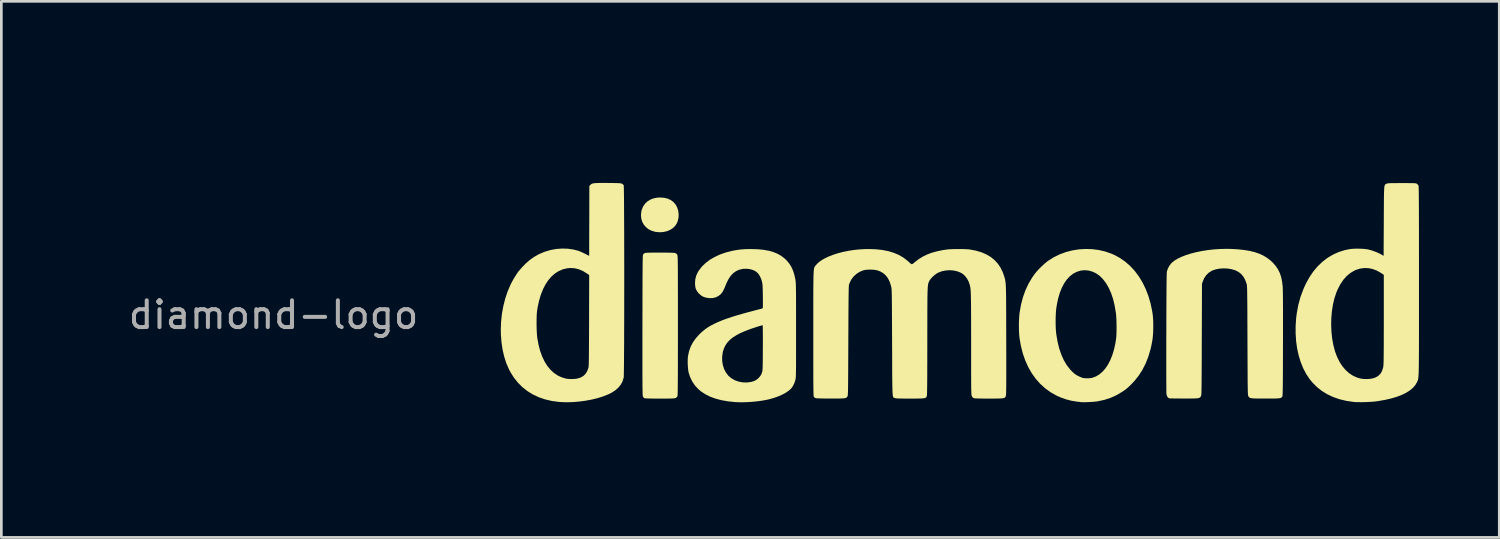
<source format=kicad_pcb>
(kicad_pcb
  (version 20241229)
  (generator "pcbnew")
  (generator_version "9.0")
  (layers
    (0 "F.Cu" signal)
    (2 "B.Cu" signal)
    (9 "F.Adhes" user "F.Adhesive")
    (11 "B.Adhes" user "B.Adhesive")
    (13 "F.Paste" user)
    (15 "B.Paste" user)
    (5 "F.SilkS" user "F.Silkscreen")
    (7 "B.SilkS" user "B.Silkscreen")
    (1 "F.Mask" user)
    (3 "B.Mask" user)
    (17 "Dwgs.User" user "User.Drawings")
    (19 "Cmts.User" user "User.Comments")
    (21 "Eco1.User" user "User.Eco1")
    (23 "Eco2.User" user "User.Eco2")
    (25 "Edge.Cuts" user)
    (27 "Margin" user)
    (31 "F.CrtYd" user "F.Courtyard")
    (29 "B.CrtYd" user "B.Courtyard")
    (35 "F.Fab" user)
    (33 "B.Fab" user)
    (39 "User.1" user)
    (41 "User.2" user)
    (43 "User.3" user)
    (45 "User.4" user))
  (footprint "diamond-logo"
    (layer "F.Cu")
    (at 7.172 9.218)
    (property "Reference" "diamond-logo" (at 0 -0.5 0) (unlocked yes) (layer "F.Fab") (effects (font (size 1 1) (thickness 0.15))))
    (fp_poly (pts (xy -1.132 3.496) (xy -1.114 3.502) (xy -1.048 3.54) (xy -0.987 3.598) (xy -0.936 3.67) (xy -0.906 3.739) (xy -0.9 3.766) (xy -0.89 3.817) (xy -0.878 3.888) (xy -0.863 3.974) (xy -0.847 4.071) (xy -0.831 4.176) (xy -0.814 4.284) (xy -0.797 4.392) (xy -0.782 4.495) (xy -0.768 4.589) (xy -0.757 4.67) (xy -0.748 4.735) (xy -0.744 4.778) (xy -0.743 4.793) (xy -0.756 4.804) (xy -0.795 4.809) (xy -0.858 4.808) (xy -0.943 4.8) (xy -0.988 4.795) (xy -1.23 4.76) (xy -1.482 4.714) (xy -1.733 4.661) (xy -1.974 4.602) (xy -2.125 4.56) (xy -2.21 4.535) (xy -2.295 4.508) (xy -2.377 4.481) (xy -2.45 4.456) (xy -2.511 4.434) (xy -2.556 4.416) (xy -2.58 4.404) (xy -2.583 4.401) (xy -2.572 4.39) (xy -2.541 4.365) (xy -2.493 4.327) (xy -2.429 4.278) (xy -2.353 4.221) (xy -2.267 4.156) (xy -2.174 4.087) (xy -2.076 4.014) (xy -1.976 3.94) (xy -1.876 3.866) (xy -1.78 3.796) (xy -1.688 3.729) (xy -1.605 3.669) (xy -1.533 3.617) (xy -1.473 3.575) (xy -1.43 3.545) (xy -1.404 3.529) (xy -1.402 3.528) (xy -1.31 3.495) (xy -1.218 3.484)) (stroke (width 0) (type solid)) (fill yes) (layer "F.Mask"))
    (fp_poly (pts (xy 0.977 3.485) (xy 1.049 3.495) (xy 1.112 3.514) (xy 1.128 3.522) (xy 1.154 3.537) (xy 1.198 3.567) (xy 1.257 3.609) (xy 1.329 3.661) (xy 1.412 3.722) (xy 1.502 3.788) (xy 1.598 3.86) (xy 1.697 3.933) (xy 1.796 4.008) (xy 1.892 4.082) (xy 1.984 4.152) (xy 2.069 4.217) (xy 2.145 4.276) (xy 2.208 4.326) (xy 2.256 4.365) (xy 2.288 4.392) (xy 2.299 4.404) (xy 2.299 4.405) (xy 2.28 4.414) (xy 2.239 4.43) (xy 2.181 4.451) (xy 2.11 4.476) (xy 2.032 4.502) (xy 1.95 4.528) (xy 1.87 4.553) (xy 1.796 4.575) (xy 1.755 4.586) (xy 1.616 4.622) (xy 1.46 4.659) (xy 1.297 4.694) (xy 1.14 4.726) (xy 0.997 4.751) (xy 0.979 4.754) (xy 0.893 4.767) (xy 0.805 4.78) (xy 0.718 4.791) (xy 0.638 4.801) (xy 0.569 4.809) (xy 0.515 4.815) (xy 0.48 4.817) (xy 0.47 4.816) (xy 0.47 4.801) (xy 0.474 4.764) (xy 0.481 4.71) (xy 0.49 4.645) (xy 0.491 4.64) (xy 0.503 4.553) (xy 0.517 4.457) (xy 0.53 4.366) (xy 0.537 4.314) (xy 0.557 4.167) (xy 0.575 4.045) (xy 0.591 3.945) (xy 0.605 3.863) (xy 0.618 3.798) (xy 0.632 3.746) (xy 0.646 3.703) (xy 0.662 3.668) (xy 0.68 3.638) (xy 0.701 3.608) (xy 0.705 3.603) (xy 0.738 3.569) (xy 0.784 3.534) (xy 0.812 3.517) (xy 0.856 3.496) (xy 0.893 3.485) (xy 0.936 3.483)) (stroke (width 0) (type solid)) (fill yes) (layer "F.Mask"))
    (fp_poly (pts (xy -6.079 1.502) (xy -6.059 1.504) (xy -6.012 1.51) (xy -5.941 1.519) (xy -5.848 1.531) (xy -5.734 1.545) (xy -5.602 1.562) (xy -5.452 1.581) (xy -5.287 1.601) (xy -5.109 1.623) (xy -4.919 1.647) (xy -4.72 1.672) (xy -4.512 1.698) (xy -4.402 1.712) (xy -4.16 1.742) (xy -3.932 1.771) (xy -3.719 1.798) (xy -3.523 1.823) (xy -3.344 1.847) (xy -3.185 1.868) (xy -3.046 1.887) (xy -2.928 1.903) (xy -2.834 1.917) (xy -2.764 1.927) (xy -2.719 1.935) (xy -2.703 1.939) (xy -2.629 1.973) (xy -2.56 2.025) (xy -2.504 2.086) (xy -2.47 2.146) (xy -2.454 2.222) (xy -2.456 2.308) (xy -2.475 2.393) (xy -2.492 2.433) (xy -2.514 2.473) (xy -2.543 2.52) (xy -2.573 2.566) (xy -2.6 2.605) (xy -2.618 2.627) (xy -2.619 2.628) (xy -2.63 2.641) (xy -2.654 2.673) (xy -2.69 2.72) (xy -2.734 2.778) (xy -2.783 2.845) (xy -2.783 2.845) (xy -2.833 2.912) (xy -2.878 2.972) (xy -2.914 3.02) (xy -2.939 3.054) (xy -2.951 3.069) (xy -2.962 3.084) (xy -2.988 3.118) (xy -3.025 3.167) (xy -3.069 3.227) (xy -3.119 3.293) (xy -3.169 3.36) (xy -3.213 3.42) (xy -3.25 3.468) (xy -3.275 3.502) (xy -3.287 3.517) (xy -3.298 3.532) (xy -3.324 3.566) (xy -3.361 3.614) (xy -3.405 3.673) (xy -3.448 3.73) (xy -3.497 3.794) (xy -3.54 3.85) (xy -3.575 3.893) (xy -3.599 3.921) (xy -3.608 3.929) (xy -3.626 3.923) (xy -3.657 3.906) (xy -3.668 3.899) (xy -3.78 3.83) (xy -3.873 3.772) (xy -3.954 3.721) (xy -4.026 3.674) (xy -4.096 3.626) (xy -4.17 3.575) (xy -4.22 3.539) (xy -4.381 3.421) (xy -4.549 3.29) (xy -4.711 3.157) (xy -4.787 3.091) (xy -4.833 3.05) (xy -4.873 3.016) (xy -4.9 2.992) (xy -4.908 2.985) (xy -4.993 2.907) (xy -5.092 2.81) (xy -5.2 2.697) (xy -5.316 2.572) (xy -5.435 2.439) (xy -5.555 2.301) (xy -5.639 2.201) (xy -5.69 2.138) (xy -5.753 2.054) (xy -5.826 1.953) (xy -5.907 1.84) (xy -5.918 1.823) (xy -5.962 1.76) (xy -6.001 1.705) (xy -6.032 1.661) (xy -6.051 1.634) (xy -6.056 1.627) (xy -6.069 1.607) (xy -6.09 1.573) (xy -6.1 1.554) (xy -6.133 1.494)) (stroke (width 0) (type solid)) (fill yes) (layer "F.Mask"))
    (fp_poly (pts (xy 5.846 1.501) (xy 5.84 1.513) (xy 5.821 1.545) (xy 5.79 1.592) (xy 5.752 1.651) (xy 5.707 1.717) (xy 5.66 1.787) (xy 5.612 1.857) (xy 5.566 1.923) (xy 5.524 1.981) (xy 5.489 2.028) (xy 5.48 2.04) (xy 5.364 2.186) (xy 5.236 2.338) (xy 5.101 2.493) (xy 4.961 2.645) (xy 4.822 2.79) (xy 4.688 2.924) (xy 4.562 3.041) (xy 4.498 3.098) (xy 4.414 3.169) (xy 4.323 3.244) (xy 4.23 3.319) (xy 4.142 3.389) (xy 4.064 3.448) (xy 4.008 3.489) (xy 3.957 3.525) (xy 3.91 3.56) (xy 3.874 3.585) (xy 3.868 3.589) (xy 3.843 3.607) (xy 3.798 3.636) (xy 3.74 3.674) (xy 3.673 3.717) (xy 3.602 3.762) (xy 3.532 3.807) (xy 3.469 3.847) (xy 3.416 3.88) (xy 3.384 3.899) (xy 3.334 3.929) (xy 3.307 3.898) (xy 3.281 3.867) (xy 3.251 3.827) (xy 3.239 3.811) (xy 3.214 3.777) (xy 3.195 3.753) (xy 3.19 3.748) (xy 3.178 3.733) (xy 3.156 3.704) (xy 3.136 3.678) (xy 3.074 3.593) (xy 3.014 3.512) (xy 2.959 3.439) (xy 2.913 3.378) (xy 2.879 3.331) (xy 2.86 3.307) (xy 2.815 3.248) (xy 2.774 3.194) (xy 2.731 3.137) (xy 2.682 3.07) (xy 2.644 3.019) (xy 2.603 2.963) (xy 2.567 2.915) (xy 2.54 2.879) (xy 2.525 2.861) (xy 2.525 2.86) (xy 2.504 2.835) (xy 2.471 2.792) (xy 2.43 2.737) (xy 2.384 2.675) (xy 2.339 2.612) (xy 2.298 2.553) (xy 2.265 2.505) (xy 2.25 2.482) (xy 2.218 2.426) (xy 2.2 2.379) (xy 2.19 2.327) (xy 2.187 2.296) (xy 2.185 2.211) (xy 2.198 2.145) (xy 2.228 2.088) (xy 2.268 2.041) (xy 2.347 1.98) (xy 2.44 1.937) (xy 2.518 1.916) (xy 2.542 1.912) (xy 2.592 1.905) (xy 2.666 1.895) (xy 2.762 1.882) (xy 2.878 1.867) (xy 3.013 1.85) (xy 3.164 1.831) (xy 3.329 1.81) (xy 3.507 1.787) (xy 3.695 1.764) (xy 3.893 1.739) (xy 4.097 1.714) (xy 4.113 1.712) (xy 4.319 1.686) (xy 4.518 1.662) (xy 4.709 1.638) (xy 4.889 1.616) (xy 5.058 1.595) (xy 5.212 1.575) (xy 5.351 1.558) (xy 5.472 1.543) (xy 5.572 1.531) (xy 5.651 1.521) (xy 5.706 1.514) (xy 5.736 1.51) (xy 5.737 1.51) (xy 5.787 1.504) (xy 5.826 1.501) (xy 5.845 1.5)) (stroke (width 0) (type solid)) (fill yes) (layer "F.Mask"))
    (fp_poly (pts (xy -0.014 -9.218) (xy 0.12 -9.217) (xy 0.246 -9.214) (xy 0.358 -9.211) (xy 0.451 -9.206) (xy 0.523 -9.201) (xy 0.531 -9.2) (xy 0.898 -9.152) (xy 1.251 -9.09) (xy 1.587 -9.015) (xy 1.904 -8.928) (xy 2.175 -8.838) (xy 2.47 -8.726) (xy 2.744 -8.61) (xy 3.003 -8.489) (xy 3.252 -8.358) (xy 3.5 -8.214) (xy 3.752 -8.053) (xy 3.945 -7.922) (xy 4.088 -7.818) (xy 4.242 -7.696) (xy 4.403 -7.562) (xy 4.564 -7.42) (xy 4.722 -7.274) (xy 4.872 -7.128) (xy 5.008 -6.988) (xy 5.125 -6.858) (xy 5.129 -6.854) (xy 5.171 -6.804) (xy 5.212 -6.756) (xy 5.245 -6.719) (xy 5.252 -6.711) (xy 5.276 -6.682) (xy 5.313 -6.637) (xy 5.356 -6.582) (xy 5.402 -6.523) (xy 5.404 -6.521) (xy 5.448 -6.464) (xy 5.488 -6.413) (xy 5.519 -6.374) (xy 5.538 -6.35) (xy 5.539 -6.349) (xy 5.557 -6.324) (xy 5.585 -6.284) (xy 5.619 -6.234) (xy 5.631 -6.216) (xy 5.663 -6.169) (xy 5.689 -6.131) (xy 5.706 -6.108) (xy 5.709 -6.104) (xy 5.722 -6.087) (xy 5.747 -6.05) (xy 5.781 -5.997) (xy 5.821 -5.931) (xy 5.866 -5.858) (xy 5.912 -5.781) (xy 5.957 -5.704) (xy 5.964 -5.692) (xy 6.027 -5.58) (xy 6.091 -5.462) (xy 6.152 -5.344) (xy 6.207 -5.233) (xy 6.253 -5.135) (xy 6.275 -5.083) (xy 6.299 -5.027) (xy 6.323 -4.972) (xy 6.339 -4.936) (xy 6.418 -4.746) (xy 6.496 -4.535) (xy 6.57 -4.309) (xy 6.639 -4.076) (xy 6.701 -3.841) (xy 6.743 -3.655) (xy 6.818 -3.237) (xy 6.868 -2.81) (xy 6.892 -2.378) (xy 6.89 -1.943) (xy 6.862 -1.509) (xy 6.809 -1.08) (xy 6.796 -1.008) (xy 6.781 -0.921) (xy 6.762 -0.826) (xy 6.743 -0.728) (xy 6.723 -0.635) (xy 6.705 -0.553) (xy 6.69 -0.487) (xy 6.682 -0.458) (xy 6.648 -0.34) (xy 6.62 -0.242) (xy 6.595 -0.157) (xy 6.57 -0.079) (xy 6.544 0.001) (xy 6.515 0.089) (xy 6.512 0.095) (xy 6.477 0.197) (xy 6.438 0.302) (xy 6.397 0.407) (xy 6.356 0.509) (xy 6.316 0.606) (xy 6.279 0.692) (xy 6.245 0.766) (xy 6.216 0.824) (xy 6.194 0.863) (xy 6.18 0.879) (xy 6.179 0.879) (xy 6.162 0.877) (xy 6.121 0.873) (xy 6.057 0.865) (xy 5.974 0.855) (xy 5.875 0.843) (xy 5.763 0.829) (xy 5.64 0.814) (xy 5.541 0.802) (xy 5.197 0.759) (xy 4.88 0.719) (xy 4.588 0.683) (xy 4.321 0.65) (xy 4.077 0.619) (xy 3.856 0.592) (xy 3.656 0.567) (xy 3.476 0.544) (xy 3.314 0.524) (xy 3.171 0.506) (xy 3.044 0.49) (xy 2.933 0.475) (xy 2.837 0.463) (xy 2.754 0.452) (xy 2.683 0.442) (xy 2.624 0.434) (xy 2.575 0.427) (xy 2.534 0.42) (xy 2.502 0.415) (xy 2.477 0.41) (xy 2.457 0.406) (xy 2.442 0.402) (xy 2.431 0.399) (xy 2.422 0.395) (xy 2.414 0.392) (xy 2.407 0.388) (xy 2.398 0.384) (xy 2.394 0.382) (xy 2.313 0.334) (xy 2.247 0.273) (xy 2.203 0.204) (xy 2.195 0.183) (xy 2.185 0.125) (xy 2.185 0.054) (xy 2.195 -0.019) (xy 2.212 -0.082) (xy 2.218 -0.094) (xy 2.236 -0.126) (xy 2.268 -0.175) (xy 2.308 -0.233) (xy 2.353 -0.294) (xy 2.357 -0.299) (xy 2.401 -0.358) (xy 2.442 -0.413) (xy 2.475 -0.457) (xy 2.495 -0.485) (xy 2.497 -0.487) (xy 2.515 -0.511) (xy 2.546 -0.552) (xy 2.587 -0.607) (xy 2.634 -0.669) (xy 2.665 -0.711) (xy 2.714 -0.776) (xy 2.759 -0.836) (xy 2.797 -0.886) (xy 2.823 -0.922) (xy 2.833 -0.935) (xy 2.851 -0.959) (xy 2.882 -1) (xy 2.923 -1.055) (xy 2.97 -1.117) (xy 3.001 -1.158) (xy 3.05 -1.224) (xy 3.095 -1.284) (xy 3.133 -1.334) (xy 3.159 -1.37) (xy 3.169 -1.382) (xy 3.187 -1.406) (xy 3.218 -1.448) (xy 3.259 -1.502) (xy 3.306 -1.565) (xy 3.337 -1.606) (xy 3.386 -1.672) (xy 3.431 -1.732) (xy 3.469 -1.782) (xy 3.495 -1.817) (xy 3.505 -1.83) (xy 3.522 -1.854) (xy 3.554 -1.896) (xy 3.594 -1.95) (xy 3.641 -2.013) (xy 3.673 -2.054) (xy 3.722 -2.119) (xy 3.767 -2.179) (xy 3.804 -2.23) (xy 3.831 -2.265) (xy 3.84 -2.278) (xy 3.858 -2.302) (xy 3.889 -2.344) (xy 3.93 -2.398) (xy 3.977 -2.461) (xy 4.008 -2.502) (xy 4.058 -2.567) (xy 4.103 -2.627) (xy 4.14 -2.678) (xy 4.167 -2.713) (xy 4.176 -2.726) (xy 4.194 -2.75) (xy 4.225 -2.791) (xy 4.266 -2.846) (xy 4.313 -2.908) (xy 4.344 -2.95) (xy 4.393 -3.015) (xy 4.439 -3.075) (xy 4.476 -3.125) (xy 4.503 -3.161) (xy 4.512 -3.174) (xy 4.532 -3.2) (xy 4.564 -3.243) (xy 4.603 -3.296) (xy 4.648 -3.355) (xy 4.695 -3.417) (xy 4.74 -3.477) (xy 4.78 -3.53) (xy 4.812 -3.573) (xy 4.832 -3.6) (xy 4.837 -3.606) (xy 4.861 -3.637) (xy 4.896 -3.684) (xy 4.937 -3.741) (xy 4.981 -3.802) (xy 5.023 -3.86) (xy 5.058 -3.909) (xy 5.082 -3.944) (xy 5.084 -3.947) (xy 5.109 -3.994) (xy 5.127 -4.041) (xy 5.131 -4.058) (xy 5.139 -4.108) (xy 5.088 -4.099) (xy 5.05 -4.086) (xy 4.996 -4.058) (xy 4.932 -4.017) (xy 4.907 -4) (xy 4.882 -3.982) (xy 4.835 -3.947) (xy 4.769 -3.898) (xy 4.684 -3.835) (xy 4.582 -3.759) (xy 4.464 -3.671) (xy 4.331 -3.572) (xy 4.185 -3.463) (xy 4.027 -3.345) (xy 3.859 -3.219) (xy 3.681 -3.086) (xy 3.495 -2.947) (xy 3.303 -2.802) (xy 3.104 -2.654) (xy 2.988 -2.566) (xy 2.788 -2.417) (xy 2.594 -2.271) (xy 2.407 -2.131) (xy 2.228 -1.997) (xy 2.058 -1.87) (xy 1.898 -1.751) (xy 1.75 -1.641) (xy 1.614 -1.541) (xy 1.493 -1.451) (xy 1.387 -1.373) (xy 1.298 -1.308) (xy 1.227 -1.256) (xy 1.175 -1.219) (xy 1.143 -1.196) (xy 1.134 -1.191) (xy 1.068 -1.167) (xy 0.993 -1.154) (xy 0.918 -1.152) (xy 0.853 -1.162) (xy 0.838 -1.168) (xy 0.758 -1.216) (xy 0.692 -1.288) (xy 0.641 -1.379) (xy 0.617 -1.452) (xy 0.611 -1.484) (xy 0.603 -1.539) (xy 0.594 -1.609) (xy 0.585 -1.689) (xy 0.58 -1.745) (xy 0.571 -1.84) (xy 0.56 -1.952) (xy 0.549 -2.072) (xy 0.537 -2.189) (xy 0.529 -2.27) (xy 0.519 -2.375) (xy 0.508 -2.488) (xy 0.497 -2.599) (xy 0.488 -2.699) (xy 0.481 -2.767) (xy 0.474 -2.842) (xy 0.464 -2.938) (xy 0.454 -3.048) (xy 0.443 -3.164) (xy 0.432 -3.28) (xy 0.426 -3.341) (xy 0.415 -3.457) (xy 0.402 -3.592) (xy 0.388 -3.738) (xy 0.373 -3.887) (xy 0.359 -4.029) (xy 0.349 -4.131) (xy 0.338 -4.246) (xy 0.327 -4.36) (xy 0.317 -4.467) (xy 0.308 -4.562) (xy 0.3 -4.641) (xy 0.295 -4.697) (xy 0.294 -4.705) (xy 0.288 -4.771) (xy 0.279 -4.862) (xy 0.268 -4.973) (xy 0.256 -5.103) (xy 0.242 -5.246) (xy 0.227 -5.4) (xy 0.211 -5.562) (xy 0.195 -5.728) (xy 0.179 -5.894) (xy 0.163 -6.058) (xy 0.148 -6.215) (xy 0.133 -6.363) (xy 0.12 -6.498) (xy 0.118 -6.524) (xy 0.105 -6.651) (xy 0.093 -6.779) (xy 0.08 -6.903) (xy 0.069 -7.019) (xy 0.059 -7.12) (xy 0.051 -7.201) (xy 0.048 -7.238) (xy 0.028 -7.439) (xy 0.011 -7.613) (xy -0.004 -7.764) (xy -0.017 -7.892) (xy -0.028 -8) (xy -0.039 -8.09) (xy -0.048 -8.163) (xy -0.056 -8.221) (xy -0.064 -8.267) (xy -0.072 -8.302) (xy -0.079 -8.329) (xy -0.087 -8.348) (xy -0.096 -8.362) (xy -0.106 -8.373) (xy -0.116 -8.383) (xy -0.12 -8.386) (xy -0.141 -8.398) (xy -0.157 -8.388) (xy -0.164 -8.379) (xy -0.172 -8.367) (xy -0.179 -8.356) (xy -0.186 -8.343) (xy -0.192 -8.327) (xy -0.199 -8.306) (xy -0.205 -8.278) (xy -0.212 -8.243) (xy -0.219 -8.199) (xy -0.226 -8.143) (xy -0.235 -8.075) (xy -0.244 -7.994) (xy -0.254 -7.897) (xy -0.266 -7.783) (xy -0.28 -7.65) (xy -0.295 -7.498) (xy -0.312 -7.323) (xy -0.331 -7.126) (xy -0.352 -6.904) (xy -0.376 -6.656) (xy -0.379 -6.622) (xy -0.396 -6.448) (xy -0.413 -6.272) (xy -0.429 -6.101) (xy -0.445 -5.935) (xy -0.461 -5.78) (xy -0.474 -5.639) (xy -0.486 -5.515) (xy -0.497 -5.411) (xy -0.504 -5.332) (xy -0.505 -5.328) (xy -0.511 -5.265) (xy -0.52 -5.178) (xy -0.53 -5.069) (xy -0.543 -4.942) (xy -0.556 -4.8) (xy -0.571 -4.646) (xy -0.587 -4.484) (xy -0.603 -4.316) (xy -0.619 -4.146) (xy -0.636 -3.978) (xy -0.651 -3.813) (xy -0.665 -3.669) (xy -0.677 -3.546) (xy -0.689 -3.426) (xy -0.7 -3.313) (xy -0.71 -3.212) (xy -0.718 -3.127) (xy -0.725 -3.061) (xy -0.728 -3.026) (xy -0.734 -2.975) (xy -0.741 -2.902) (xy -0.75 -2.812) (xy -0.76 -2.71) (xy -0.77 -2.603) (xy -0.778 -2.515) (xy -0.797 -2.313) (xy -0.814 -2.137) (xy -0.829 -1.985) (xy -0.842 -1.855) (xy -0.854 -1.744) (xy -0.864 -1.651) (xy -0.874 -1.574) (xy -0.884 -1.511) (xy -0.893 -1.46) (xy -0.903 -1.418) (xy -0.913 -1.384) (xy -0.924 -1.356) (xy -0.937 -1.331) (xy -0.951 -1.308) (xy -0.967 -1.285) (xy -0.977 -1.27) (xy -1.032 -1.21) (xy -1.097 -1.172) (xy -1.177 -1.154) (xy -1.256 -1.154) (xy -1.314 -1.159) (xy -1.358 -1.17) (xy -1.401 -1.19) (xy -1.448 -1.217) (xy -1.487 -1.243) (xy -1.538 -1.278) (xy -1.596 -1.319) (xy -1.656 -1.362) (xy -1.713 -1.404) (xy -1.762 -1.44) (xy -1.799 -1.469) (xy -1.819 -1.486) (xy -1.82 -1.487) (xy -1.835 -1.5) (xy -1.865 -1.523) (xy -1.885 -1.537) (xy -1.911 -1.556) (xy -1.941 -1.577) (xy -1.978 -1.605) (xy -2.026 -1.64) (xy -2.089 -1.687) (xy -2.169 -1.747) (xy -2.184 -1.758) (xy -2.224 -1.788) (xy -2.254 -1.811) (xy -2.268 -1.824) (xy -2.268 -1.824) (xy -2.283 -1.836) (xy -2.312 -1.859) (xy -2.332 -1.873) (xy -2.359 -1.892) (xy -2.389 -1.913) (xy -2.426 -1.941) (xy -2.474 -1.976) (xy -2.536 -2.022) (xy -2.617 -2.082) (xy -2.632 -2.094) (xy -2.672 -2.124) (xy -2.702 -2.147) (xy -2.716 -2.16) (xy -2.716 -2.16) (xy -2.731 -2.172) (xy -2.76 -2.194) (xy -2.78 -2.209) (xy -2.807 -2.227) (xy -2.837 -2.249) (xy -2.874 -2.276) (xy -2.922 -2.312) (xy -2.984 -2.358) (xy -3.065 -2.418) (xy -3.08 -2.429) (xy -3.119 -2.459) (xy -3.15 -2.483) (xy -3.164 -2.495) (xy -3.164 -2.496) (xy -3.178 -2.508) (xy -3.208 -2.53) (xy -3.228 -2.545) (xy -3.255 -2.563) (xy -3.285 -2.585) (xy -3.322 -2.612) (xy -3.37 -2.648) (xy -3.432 -2.694) (xy -3.513 -2.754) (xy -3.528 -2.765) (xy -3.567 -2.795) (xy -3.597 -2.819) (xy -3.612 -2.831) (xy -3.612 -2.831) (xy -3.626 -2.844) (xy -3.656 -2.866) (xy -3.676 -2.88) (xy -3.702 -2.899) (xy -3.732 -2.921) (xy -3.77 -2.948) (xy -3.818 -2.984) (xy -3.88 -3.03) (xy -3.961 -3.09) (xy -3.975 -3.101) (xy -4.015 -3.131) (xy -4.045 -3.155) (xy -4.059 -3.167) (xy -4.059 -3.167) (xy -4.074 -3.18) (xy -4.104 -3.202) (xy -4.124 -3.216) (xy -4.15 -3.235) (xy -4.18 -3.257) (xy -4.217 -3.284) (xy -4.265 -3.319) (xy -4.328 -3.366) (xy -4.408 -3.426) (xy -4.423 -3.437) (xy -4.463 -3.467) (xy -4.493 -3.491) (xy -4.507 -3.503) (xy -4.507 -3.503) (xy -4.522 -3.516) (xy -4.552 -3.538) (xy -4.571 -3.552) (xy -4.601 -3.573) (xy -4.635 -3.598) (xy -4.678 -3.629) (xy -4.733 -3.67) (xy -4.805 -3.723) (xy -4.871 -3.773) (xy -4.916 -3.808) (xy -4.958 -3.841) (xy -4.983 -3.862) (xy -5.009 -3.883) (xy -5.026 -3.893) (xy -5.027 -3.893) (xy -5.042 -3.902) (xy -5.071 -3.923) (xy -5.094 -3.942) (xy -5.153 -3.986) (xy -5.217 -4.029) (xy -5.28 -4.065) (xy -5.334 -4.09) (xy -5.361 -4.098) (xy -5.407 -4.108) (xy -5.399 -4.057) (xy -5.387 -4.021) (xy -5.364 -3.971) (xy -5.334 -3.919) (xy -5.328 -3.911) (xy -5.313 -3.89) (xy -5.282 -3.847) (xy -5.236 -3.784) (xy -5.176 -3.703) (xy -5.103 -3.605) (xy -5.018 -3.49) (xy -4.921 -3.361) (xy -4.814 -3.218) (xy -4.698 -3.062) (xy -4.574 -2.896) (xy -4.442 -2.72) (xy -4.304 -2.535) (xy -4.16 -2.343) (xy -4.011 -2.145) (xy -3.9 -1.997) (xy -3.749 -1.796) (xy -3.602 -1.6) (xy -3.461 -1.411) (xy -3.325 -1.229) (xy -3.196 -1.056) (xy -3.076 -0.894) (xy -2.964 -0.743) (xy -2.862 -0.605) (xy -2.77 -0.481) (xy -2.69 -0.372) (xy -2.622 -0.28) (xy -2.568 -0.205) (xy -2.528 -0.15) (xy -2.504 -0.114) (xy -2.496 -0.102) (xy -2.463 -0.01) (xy -2.452 0.082) (xy -2.463 0.17) (xy -2.496 0.247) (xy -2.549 0.311) (xy -2.551 0.312) (xy -2.628 0.363) (xy -2.724 0.403) (xy -2.829 0.429) (xy -2.842 0.431) (xy -2.876 0.435) (xy -2.934 0.443) (xy -3.014 0.453) (xy -3.114 0.466) (xy -3.233 0.481) (xy -3.369 0.498) (xy -3.519 0.517) (xy -3.681 0.537) (xy -3.854 0.559) (xy -4.035 0.581) (xy -4.223 0.604) (xy -4.415 0.628) (xy -4.609 0.652) (xy -4.803 0.677) (xy -4.996 0.701) (xy -5.186 0.724) (xy -5.369 0.747) (xy -5.545 0.768) (xy -5.712 0.789) (xy -5.866 0.808) (xy -6.007 0.825) (xy -6.132 0.841) (xy -6.24 0.854) (xy -6.327 0.864) (xy -6.393 0.872) (xy -6.436 0.877) (xy -6.452 0.879) (xy -6.452 0.879) (xy -6.467 0.87) (xy -6.488 0.841) (xy -6.515 0.79) (xy -6.548 0.721) (xy -6.601 0.601) (xy -6.65 0.487) (xy -6.695 0.375) (xy -6.738 0.26) (xy -6.783 0.136) (xy -6.83 -0.003) (xy -6.881 -0.16) (xy -6.907 -0.241) (xy -6.938 -0.349) (xy -6.971 -0.48) (xy -7.005 -0.629) (xy -7.038 -0.79) (xy -7.069 -0.957) (xy -7.097 -1.127) (xy -7.122 -1.293) (xy -7.14 -1.43) (xy -7.149 -1.51) (xy -7.156 -1.584) (xy -7.162 -1.658) (xy -7.166 -1.736) (xy -7.169 -1.824) (xy -7.171 -1.925) (xy -7.172 -2.046) (xy -7.172 -2.165) (xy -7.172 -2.325) (xy -7.17 -2.464) (xy -7.167 -2.585) (xy -7.162 -2.695) (xy -7.155 -2.8) (xy -7.145 -2.905) (xy -7.132 -3.015) (xy -7.116 -3.137) (xy -7.109 -3.187) (xy -7.039 -3.596) (xy -6.945 -3.997) (xy -6.827 -4.395) (xy -6.7 -4.749) (xy -6.674 -4.814) (xy -6.651 -4.871) (xy -6.633 -4.914) (xy -6.622 -4.937) (xy -6.622 -4.938) (xy -6.61 -4.962) (xy -6.591 -5.005) (xy -6.568 -5.058) (xy -6.557 -5.083) (xy -6.485 -5.241) (xy -6.398 -5.414) (xy -6.3 -5.596) (xy -6.193 -5.782) (xy -6.081 -5.965) (xy -5.967 -6.141) (xy -5.855 -6.302) (xy -5.781 -6.404) (xy -5.745 -6.45) (xy -5.712 -6.493) (xy -5.69 -6.523) (xy -5.67 -6.549) (xy -5.635 -6.591) (xy -5.59 -6.646) (xy -5.538 -6.708) (xy -5.483 -6.773) (xy -5.428 -6.836) (xy -5.39 -6.881) (xy -5.361 -6.912) (xy -5.316 -6.959) (xy -5.258 -7.018) (xy -5.191 -7.086) (xy -5.118 -7.159) (xy -5.042 -7.233) (xy -4.968 -7.306) (xy -4.898 -7.373) (xy -4.837 -7.432) (xy -4.788 -7.478) (xy -4.754 -7.509) (xy -4.75 -7.512) (xy -4.555 -7.672) (xy -4.372 -7.815) (xy -4.195 -7.944) (xy -4.02 -8.063) (xy -3.842 -8.175) (xy -3.778 -8.214) (xy -3.72 -8.251) (xy -3.673 -8.28) (xy -3.643 -8.299) (xy -3.638 -8.302) (xy -3.612 -8.318) (xy -3.566 -8.343) (xy -3.503 -8.376) (xy -3.429 -8.414) (xy -3.348 -8.455) (xy -3.264 -8.497) (xy -3.182 -8.538) (xy -3.108 -8.574) (xy -3.044 -8.605) (xy -3.017 -8.617) (xy -2.651 -8.769) (xy -2.267 -8.902) (xy -1.867 -9.014) (xy -1.455 -9.105) (xy -1.031 -9.174) (xy -0.82 -9.2) (xy -0.751 -9.205) (xy -0.66 -9.21) (xy -0.55 -9.214) (xy -0.425 -9.216) (xy -0.292 -9.218) (xy -0.153 -9.218)) (stroke (width 0) (type solid)) (fill yes) (layer "F.Mask"))
    (fp_poly (pts (xy 14.595 -4.877) (xy 14.728 -4.845) (xy 14.844 -4.793) (xy 14.944 -4.719) (xy 14.957 -4.707) (xy 15.034 -4.614) (xy 15.09 -4.505) (xy 15.126 -4.385) (xy 15.141 -4.258) (xy 15.135 -4.131) (xy 15.106 -4.006) (xy 15.068 -3.915) (xy 15.004 -3.819) (xy 14.918 -3.738) (xy 14.815 -3.673) (xy 14.698 -3.626) (xy 14.568 -3.597) (xy 14.431 -3.588) (xy 14.289 -3.601) (xy 14.256 -3.607) (xy 14.124 -3.646) (xy 14.008 -3.706) (xy 13.911 -3.785) (xy 13.833 -3.88) (xy 13.776 -3.988) (xy 13.742 -4.108) (xy 13.732 -4.236) (xy 13.747 -4.369) (xy 13.763 -4.432) (xy 13.813 -4.553) (xy 13.885 -4.657) (xy 13.976 -4.743) (xy 14.086 -4.81) (xy 14.211 -4.857) (xy 14.351 -4.883) (xy 14.444 -4.887)) (stroke (width 0) (type solid)) (fill yes) (layer "F.SilkS"))
    (fp_poly (pts (xy 14.456 -2.829) (xy 14.568 -2.829) (xy 14.676 -2.827) (xy 14.776 -2.825) (xy 14.863 -2.823) (xy 14.935 -2.82) (xy 14.987 -2.816) (xy 15.015 -2.812) (xy 15.015 -2.811) (xy 15.063 -2.782) (xy 15.089 -2.746) (xy 15.092 -2.739) (xy 15.094 -2.729) (xy 15.097 -2.716) (xy 15.099 -2.697) (xy 15.101 -2.673) (xy 15.103 -2.641) (xy 15.105 -2.601) (xy 15.106 -2.551) (xy 15.107 -2.49) (xy 15.108 -2.416) (xy 15.109 -2.33) (xy 15.11 -2.229) (xy 15.111 -2.112) (xy 15.111 -1.978) (xy 15.112 -1.826) (xy 15.112 -1.655) (xy 15.112 -1.463) (xy 15.113 -1.249) (xy 15.113 -1.013) (xy 15.113 -0.752) (xy 15.113 -0.466) (xy 15.113 -0.153) (xy 15.113 -0.094) (xy 15.113 0.236) (xy 15.113 0.539) (xy 15.112 0.817) (xy 15.112 1.069) (xy 15.112 1.297) (xy 15.111 1.502) (xy 15.111 1.686) (xy 15.11 1.848) (xy 15.109 1.991) (xy 15.108 2.115) (xy 15.107 2.22) (xy 15.106 2.309) (xy 15.104 2.382) (xy 15.103 2.44) (xy 15.101 2.485) (xy 15.099 2.516) (xy 15.097 2.536) (xy 15.095 2.544) (xy 15.071 2.574) (xy 15.035 2.601) (xy 15.029 2.604) (xy 15.014 2.61) (xy 14.996 2.615) (xy 14.971 2.619) (xy 14.937 2.622) (xy 14.89 2.624) (xy 14.829 2.626) (xy 14.749 2.627) (xy 14.65 2.628) (xy 14.526 2.628) (xy 14.434 2.628) (xy 14.285 2.628) (xy 14.162 2.627) (xy 14.063 2.625) (xy 13.985 2.623) (xy 13.927 2.621) (xy 13.887 2.617) (xy 13.862 2.613) (xy 13.854 2.61) (xy 13.823 2.582) (xy 13.801 2.539) (xy 13.799 2.527) (xy 13.797 2.504) (xy 13.795 2.471) (xy 13.793 2.425) (xy 13.792 2.365) (xy 13.79 2.292) (xy 13.789 2.202) (xy 13.788 2.096) (xy 13.788 1.973) (xy 13.787 1.831) (xy 13.786 1.669) (xy 13.786 1.486) (xy 13.786 1.282) (xy 13.786 1.055) (xy 13.786 0.804) (xy 13.786 0.529) (xy 13.786 0.228) (xy 13.787 -0.101) (xy 13.787 -0.121) (xy 13.787 -0.438) (xy 13.788 -0.729) (xy 13.788 -0.995) (xy 13.789 -1.236) (xy 13.789 -1.453) (xy 13.79 -1.649) (xy 13.79 -1.824) (xy 13.791 -1.98) (xy 13.792 -2.116) (xy 13.793 -2.236) (xy 13.794 -2.34) (xy 13.795 -2.428) (xy 13.796 -2.504) (xy 13.797 -2.566) (xy 13.799 -2.618) (xy 13.8 -2.659) (xy 13.802 -2.691) (xy 13.804 -2.716) (xy 13.806 -2.734) (xy 13.809 -2.747) (xy 13.812 -2.756) (xy 13.814 -2.762) (xy 13.815 -2.763) (xy 13.848 -2.795) (xy 13.892 -2.815) (xy 13.921 -2.819) (xy 13.975 -2.823) (xy 14.047 -2.825) (xy 14.136 -2.827) (xy 14.236 -2.829) (xy 14.344 -2.829)) (stroke (width 0) (type solid)) (fill yes) (layer "F.SilkS"))
    (fp_poly (pts (xy 30.598 -2.956) (xy 30.845 -2.924) (xy 31.085 -2.868) (xy 31.317 -2.787) (xy 31.424 -2.74) (xy 31.638 -2.623) (xy 31.837 -2.483) (xy 32.021 -2.321) (xy 32.19 -2.137) (xy 32.342 -1.933) (xy 32.478 -1.709) (xy 32.595 -1.467) (xy 32.695 -1.208) (xy 32.776 -0.932) (xy 32.837 -0.641) (xy 32.853 -0.539) (xy 32.866 -0.427) (xy 32.874 -0.295) (xy 32.878 -0.15) (xy 32.877 -0.00038) (xy 32.873 0.147) (xy 32.864 0.284) (xy 32.853 0.389) (xy 32.839 0.476) (xy 32.82 0.578) (xy 32.799 0.683) (xy 32.776 0.779) (xy 32.774 0.789) (xy 32.692 1.065) (xy 32.591 1.321) (xy 32.47 1.558) (xy 32.328 1.777) (xy 32.167 1.978) (xy 32.051 2.099) (xy 31.979 2.169) (xy 31.919 2.224) (xy 31.864 2.271) (xy 31.806 2.314) (xy 31.74 2.359) (xy 31.702 2.384) (xy 31.494 2.505) (xy 31.277 2.602) (xy 31.049 2.676) (xy 30.805 2.729) (xy 30.773 2.734) (xy 30.713 2.741) (xy 30.637 2.748) (xy 30.55 2.754) (xy 30.459 2.759) (xy 30.37 2.762) (xy 30.29 2.764) (xy 30.224 2.763) (xy 30.18 2.76) (xy 30.178 2.76) (xy 30.146 2.756) (xy 30.094 2.749) (xy 30.033 2.742) (xy 30.003 2.739) (xy 29.804 2.705) (xy 29.6 2.651) (xy 29.401 2.579) (xy 29.258 2.514) (xy 29.038 2.389) (xy 28.836 2.242) (xy 28.65 2.074) (xy 28.483 1.885) (xy 28.334 1.676) (xy 28.204 1.448) (xy 28.093 1.201) (xy 28.001 0.937) (xy 27.93 0.656) (xy 27.881 0.375) (xy 27.869 0.263) (xy 27.861 0.132) (xy 27.857 -0.012) (xy 27.857 -0.161) (xy 27.858 -0.214) (xy 29.229 -0.214) (xy 29.231 -0.069) (xy 29.238 0.066) (xy 29.248 0.183) (xy 29.253 0.221) (xy 29.3 0.498) (xy 29.362 0.753) (xy 29.441 0.983) (xy 29.534 1.191) (xy 29.643 1.375) (xy 29.768 1.537) (xy 29.835 1.607) (xy 29.902 1.67) (xy 29.96 1.717) (xy 30.018 1.755) (xy 30.074 1.785) (xy 30.134 1.813) (xy 30.191 1.837) (xy 30.236 1.853) (xy 30.248 1.857) (xy 30.322 1.867) (xy 30.41 1.87) (xy 30.5 1.866) (xy 30.58 1.855) (xy 30.599 1.851) (xy 30.734 1.801) (xy 30.86 1.726) (xy 30.978 1.626) (xy 31.087 1.503) (xy 31.185 1.357) (xy 31.272 1.19) (xy 31.347 1.003) (xy 31.41 0.797) (xy 31.46 0.573) (xy 31.489 0.389) (xy 31.497 0.307) (xy 31.502 0.203) (xy 31.505 0.084) (xy 31.506 -0.044) (xy 31.504 -0.175) (xy 31.501 -0.302) (xy 31.495 -0.42) (xy 31.487 -0.522) (xy 31.481 -0.57) (xy 31.437 -0.837) (xy 31.379 -1.082) (xy 31.306 -1.303) (xy 31.218 -1.502) (xy 31.116 -1.679) (xy 30.998 -1.835) (xy 30.975 -1.862) (xy 30.861 -1.97) (xy 30.736 -2.056) (xy 30.601 -2.118) (xy 30.461 -2.157) (xy 30.318 -2.17) (xy 30.176 -2.157) (xy 30.153 -2.152) (xy 30.01 -2.106) (xy 29.877 -2.035) (xy 29.754 -1.938) (xy 29.644 -1.818) (xy 29.544 -1.673) (xy 29.457 -1.506) (xy 29.383 -1.317) (xy 29.321 -1.106) (xy 29.273 -0.873) (xy 29.253 -0.743) (xy 29.241 -0.633) (xy 29.234 -0.504) (xy 29.229 -0.362) (xy 29.229 -0.214) (xy 27.858 -0.214) (xy 27.861 -0.307) (xy 27.868 -0.442) (xy 27.879 -0.558) (xy 27.881 -0.577) (xy 27.933 -0.873) (xy 28.005 -1.151) (xy 28.097 -1.412) (xy 28.211 -1.657) (xy 28.346 -1.887) (xy 28.437 -2.018) (xy 28.513 -2.113) (xy 28.606 -2.215) (xy 28.709 -2.317) (xy 28.813 -2.413) (xy 28.913 -2.495) (xy 28.954 -2.525) (xy 29.16 -2.655) (xy 29.381 -2.763) (xy 29.613 -2.848) (xy 29.854 -2.91) (xy 30.1 -2.949) (xy 30.349 -2.964)) (stroke (width 0) (type solid)) (fill yes) (layer "F.SilkS"))
    (fp_poly (pts (xy 12.363 -5.431) (xy 12.507 -5.43) (xy 12.636 -5.429) (xy 12.741 -5.427) (xy 12.823 -5.426) (xy 12.887 -5.423) (xy 12.934 -5.421) (xy 12.969 -5.417) (xy 12.994 -5.412) (xy 13.012 -5.407) (xy 13.024 -5.401) (xy 13.06 -5.376) (xy 13.086 -5.347) (xy 13.087 -5.345) (xy 13.089 -5.328) (xy 13.091 -5.284) (xy 13.093 -5.215) (xy 13.094 -5.122) (xy 13.096 -5.007) (xy 13.098 -4.871) (xy 13.099 -4.716) (xy 13.1 -4.543) (xy 13.101 -4.354) (xy 13.102 -4.149) (xy 13.103 -3.931) (xy 13.104 -3.701) (xy 13.105 -3.46) (xy 13.105 -3.21) (xy 13.106 -2.951) (xy 13.106 -2.687) (xy 13.107 -2.418) (xy 13.107 -2.145) (xy 13.107 -1.87) (xy 13.107 -1.594) (xy 13.107 -1.319) (xy 13.106 -1.047) (xy 13.106 -0.778) (xy 13.106 -0.514) (xy 13.105 -0.257) (xy 13.104 -0.008) (xy 13.103 0.232) (xy 13.103 0.46) (xy 13.102 0.677) (xy 13.1 0.88) (xy 13.099 1.067) (xy 13.098 1.238) (xy 13.096 1.391) (xy 13.095 1.524) (xy 13.093 1.636) (xy 13.091 1.726) (xy 13.09 1.792) (xy 13.088 1.832) (xy 13.086 1.844) (xy 13.045 1.98) (xy 12.98 2.103) (xy 12.89 2.215) (xy 12.775 2.317) (xy 12.634 2.408) (xy 12.516 2.467) (xy 12.327 2.543) (xy 12.116 2.61) (xy 11.889 2.665) (xy 11.651 2.709) (xy 11.408 2.741) (xy 11.165 2.76) (xy 10.927 2.765) (xy 10.699 2.755) (xy 10.671 2.753) (xy 10.403 2.717) (xy 10.15 2.658) (xy 9.913 2.577) (xy 9.693 2.474) (xy 9.489 2.348) (xy 9.302 2.202) (xy 9.134 2.033) (xy 8.983 1.844) (xy 8.851 1.634) (xy 8.795 1.526) (xy 8.698 1.301) (xy 8.62 1.057) (xy 8.56 0.795) (xy 8.519 0.517) (xy 8.497 0.227) (xy 8.494 0.053) (xy 8.504 -0.227) (xy 9.83 -0.227) (xy 9.831 -0.097) (xy 9.834 0.031) (xy 9.839 0.151) (xy 9.846 0.256) (xy 9.854 0.342) (xy 9.856 0.354) (xy 9.902 0.607) (xy 9.962 0.839) (xy 10.038 1.05) (xy 10.128 1.24) (xy 10.232 1.407) (xy 10.35 1.55) (xy 10.481 1.671) (xy 10.624 1.766) (xy 10.719 1.812) (xy 10.823 1.851) (xy 10.923 1.88) (xy 10.957 1.886) (xy 11.037 1.895) (xy 11.132 1.898) (xy 11.229 1.895) (xy 11.316 1.886) (xy 11.351 1.88) (xy 11.471 1.844) (xy 11.571 1.788) (xy 11.652 1.713) (xy 11.715 1.618) (xy 11.761 1.5) (xy 11.767 1.482) (xy 11.77 1.467) (xy 11.773 1.447) (xy 11.775 1.42) (xy 11.778 1.385) (xy 11.78 1.34) (xy 11.782 1.284) (xy 11.783 1.215) (xy 11.785 1.132) (xy 11.786 1.033) (xy 11.787 0.917) (xy 11.788 0.782) (xy 11.789 0.627) (xy 11.79 0.45) (xy 11.791 0.25) (xy 11.792 0.026) (xy 11.793 -0.225) (xy 11.793 -0.292) (xy 11.797 -1.987) (xy 11.709 -2.05) (xy 11.56 -2.141) (xy 11.406 -2.206) (xy 11.25 -2.243) (xy 11.091 -2.252) (xy 10.977 -2.242) (xy 10.815 -2.204) (xy 10.663 -2.14) (xy 10.522 -2.051) (xy 10.391 -1.938) (xy 10.273 -1.802) (xy 10.166 -1.643) (xy 10.073 -1.462) (xy 9.992 -1.26) (xy 9.925 -1.037) (xy 9.873 -0.795) (xy 9.849 -0.647) (xy 9.841 -0.569) (xy 9.835 -0.469) (xy 9.832 -0.353) (xy 9.83 -0.227) (xy 8.504 -0.227) (xy 8.505 -0.247) (xy 8.537 -0.545) (xy 8.59 -0.836) (xy 8.662 -1.118) (xy 8.753 -1.387) (xy 8.862 -1.639) (xy 8.932 -1.773) (xy 8.965 -1.831) (xy 9.005 -1.897) (xy 9.047 -1.965) (xy 9.088 -2.029) (xy 9.124 -2.083) (xy 9.15 -2.119) (xy 9.153 -2.123) (xy 9.299 -2.292) (xy 9.442 -2.436) (xy 9.587 -2.56) (xy 9.736 -2.665) (xy 9.894 -2.756) (xy 9.933 -2.775) (xy 10.135 -2.86) (xy 10.348 -2.923) (xy 10.566 -2.963) (xy 10.785 -2.979) (xy 11.002 -2.973) (xy 11.213 -2.942) (xy 11.391 -2.896) (xy 11.44 -2.877) (xy 11.505 -2.849) (xy 11.577 -2.816) (xy 11.639 -2.786) (xy 11.796 -2.706) (xy 11.8 -4.012) (xy 11.803 -5.319) (xy 11.844 -5.361) (xy 11.864 -5.38) (xy 11.887 -5.395) (xy 11.915 -5.407) (xy 11.952 -5.416) (xy 12.001 -5.423) (xy 12.063 -5.427) (xy 12.143 -5.43) (xy 12.242 -5.431)) (stroke (width 0) (type solid)) (fill yes) (layer "F.SilkS"))
    (fp_poly (pts (xy 35.79 -2.965) (xy 36.044 -2.95) (xy 36.274 -2.925) (xy 36.482 -2.891) (xy 36.669 -2.845) (xy 36.838 -2.787) (xy 36.99 -2.717) (xy 37.128 -2.634) (xy 37.254 -2.537) (xy 37.335 -2.462) (xy 37.444 -2.34) (xy 37.533 -2.212) (xy 37.603 -2.073) (xy 37.655 -1.921) (xy 37.692 -1.751) (xy 37.714 -1.56) (xy 37.715 -1.551) (xy 37.717 -1.503) (xy 37.719 -1.428) (xy 37.721 -1.326) (xy 37.723 -1.196) (xy 37.724 -1.04) (xy 37.725 -0.858) (xy 37.726 -0.651) (xy 37.726 -0.418) (xy 37.726 -0.16) (xy 37.726 0.123) (xy 37.726 0.43) (xy 37.725 0.578) (xy 37.725 0.855) (xy 37.724 1.106) (xy 37.723 1.331) (xy 37.723 1.533) (xy 37.722 1.711) (xy 37.721 1.868) (xy 37.72 2.005) (xy 37.719 2.123) (xy 37.717 2.223) (xy 37.716 2.307) (xy 37.714 2.376) (xy 37.713 2.432) (xy 37.711 2.474) (xy 37.709 2.506) (xy 37.706 2.529) (xy 37.703 2.542) (xy 37.702 2.547) (xy 37.69 2.567) (xy 37.676 2.583) (xy 37.656 2.596) (xy 37.629 2.607) (xy 37.591 2.614) (xy 37.539 2.62) (xy 37.472 2.624) (xy 37.386 2.626) (xy 37.278 2.627) (xy 37.147 2.627) (xy 37.067 2.627) (xy 36.923 2.627) (xy 36.805 2.626) (xy 36.71 2.624) (xy 36.634 2.622) (xy 36.575 2.617) (xy 36.531 2.611) (xy 36.499 2.603) (xy 36.475 2.591) (xy 36.458 2.577) (xy 36.444 2.56) (xy 36.434 2.544) (xy 36.43 2.537) (xy 36.427 2.529) (xy 36.424 2.519) (xy 36.421 2.505) (xy 36.418 2.486) (xy 36.416 2.461) (xy 36.414 2.428) (xy 36.412 2.385) (xy 36.41 2.333) (xy 36.409 2.268) (xy 36.408 2.19) (xy 36.406 2.097) (xy 36.405 1.989) (xy 36.404 1.863) (xy 36.404 1.718) (xy 36.403 1.553) (xy 36.402 1.367) (xy 36.401 1.158) (xy 36.4 0.924) (xy 36.399 0.665) (xy 36.398 0.459) (xy 36.397 0.179) (xy 36.396 -0.074) (xy 36.395 -0.302) (xy 36.395 -0.507) (xy 36.394 -0.688) (xy 36.393 -0.849) (xy 36.392 -0.99) (xy 36.39 -1.113) (xy 36.389 -1.219) (xy 36.388 -1.31) (xy 36.387 -1.386) (xy 36.385 -1.45) (xy 36.383 -1.502) (xy 36.381 -1.545) (xy 36.379 -1.579) (xy 36.377 -1.605) (xy 36.374 -1.626) (xy 36.371 -1.643) (xy 36.368 -1.657) (xy 36.366 -1.661) (xy 36.315 -1.803) (xy 36.25 -1.922) (xy 36.171 -2.019) (xy 36.076 -2.097) (xy 35.962 -2.158) (xy 35.912 -2.177) (xy 35.782 -2.213) (xy 35.64 -2.233) (xy 35.494 -2.238) (xy 35.35 -2.228) (xy 35.214 -2.202) (xy 35.094 -2.162) (xy 35.059 -2.145) (xy 34.947 -2.073) (xy 34.853 -1.98) (xy 34.779 -1.867) (xy 34.729 -1.752) (xy 34.698 -1.661) (xy 34.691 0.417) (xy 34.69 0.699) (xy 34.69 0.954) (xy 34.689 1.183) (xy 34.688 1.389) (xy 34.687 1.572) (xy 34.686 1.735) (xy 34.685 1.877) (xy 34.684 2) (xy 34.683 2.107) (xy 34.682 2.198) (xy 34.681 2.274) (xy 34.679 2.338) (xy 34.678 2.389) (xy 34.676 2.431) (xy 34.674 2.463) (xy 34.672 2.488) (xy 34.669 2.506) (xy 34.666 2.52) (xy 34.663 2.53) (xy 34.659 2.538) (xy 34.656 2.544) (xy 34.643 2.564) (xy 34.629 2.581) (xy 34.611 2.594) (xy 34.585 2.605) (xy 34.551 2.613) (xy 34.504 2.618) (xy 34.442 2.622) (xy 34.363 2.624) (xy 34.263 2.625) (xy 34.14 2.626) (xy 34.02 2.625) (xy 33.902 2.625) (xy 33.791 2.624) (xy 33.693 2.623) (xy 33.609 2.622) (xy 33.542 2.621) (xy 33.498 2.62) (xy 33.478 2.618) (xy 33.434 2.596) (xy 33.399 2.551) (xy 33.376 2.486) (xy 33.369 2.443) (xy 33.368 2.419) (xy 33.367 2.369) (xy 33.367 2.294) (xy 33.366 2.196) (xy 33.365 2.076) (xy 33.365 1.936) (xy 33.364 1.777) (xy 33.364 1.602) (xy 33.364 1.411) (xy 33.364 1.206) (xy 33.364 0.989) (xy 33.364 0.761) (xy 33.365 0.524) (xy 33.365 0.28) (xy 33.366 0.151) (xy 33.366 -0.163) (xy 33.367 -0.451) (xy 33.368 -0.712) (xy 33.369 -0.947) (xy 33.37 -1.159) (xy 33.372 -1.346) (xy 33.373 -1.511) (xy 33.374 -1.655) (xy 33.376 -1.777) (xy 33.377 -1.88) (xy 33.379 -1.963) (xy 33.381 -2.029) (xy 33.383 -2.077) (xy 33.385 -2.108) (xy 33.387 -2.123) (xy 33.423 -2.23) (xy 33.478 -2.333) (xy 33.545 -2.422) (xy 33.565 -2.443) (xy 33.662 -2.523) (xy 33.785 -2.599) (xy 33.931 -2.669) (xy 34.096 -2.733) (xy 34.278 -2.791) (xy 34.476 -2.842) (xy 34.685 -2.885) (xy 34.904 -2.92) (xy 35.13 -2.946) (xy 35.36 -2.962) (xy 35.593 -2.968)) (stroke (width 0) (type solid)) (fill yes) (layer "F.SilkS"))
    (fp_poly (pts (xy 42.302 -5.426) (xy 42.413 -5.425) (xy 42.501 -5.425) (xy 42.569 -5.424) (xy 42.621 -5.422) (xy 42.659 -5.42) (xy 42.686 -5.416) (xy 42.705 -5.412) (xy 42.719 -5.406) (xy 42.73 -5.399) (xy 42.734 -5.396) (xy 42.767 -5.366) (xy 42.79 -5.334) (xy 42.79 -5.333) (xy 42.792 -5.324) (xy 42.794 -5.304) (xy 42.796 -5.272) (xy 42.797 -5.227) (xy 42.799 -5.168) (xy 42.8 -5.095) (xy 42.801 -5.006) (xy 42.802 -4.901) (xy 42.803 -4.779) (xy 42.804 -4.639) (xy 42.805 -4.481) (xy 42.805 -4.302) (xy 42.806 -4.103) (xy 42.806 -3.883) (xy 42.807 -3.64) (xy 42.807 -3.374) (xy 42.807 -3.085) (xy 42.808 -2.77) (xy 42.808 -2.43) (xy 42.808 -2.063) (xy 42.808 -1.783) (xy 42.808 -1.407) (xy 42.808 -1.057) (xy 42.808 -0.734) (xy 42.808 -0.435) (xy 42.808 -0.16) (xy 42.808 0.092) (xy 42.808 0.322) (xy 42.807 0.532) (xy 42.807 0.722) (xy 42.806 0.893) (xy 42.805 1.047) (xy 42.804 1.184) (xy 42.803 1.306) (xy 42.802 1.413) (xy 42.8 1.507) (xy 42.798 1.589) (xy 42.796 1.66) (xy 42.793 1.72) (xy 42.79 1.771) (xy 42.787 1.814) (xy 42.783 1.849) (xy 42.779 1.879) (xy 42.775 1.903) (xy 42.77 1.924) (xy 42.765 1.942) (xy 42.759 1.958) (xy 42.753 1.972) (xy 42.746 1.988) (xy 42.739 2.004) (xy 42.737 2.008) (xy 42.674 2.119) (xy 42.585 2.223) (xy 42.47 2.32) (xy 42.331 2.409) (xy 42.167 2.489) (xy 41.979 2.561) (xy 41.769 2.623) (xy 41.536 2.677) (xy 41.282 2.721) (xy 41.192 2.733) (xy 41.104 2.743) (xy 40.998 2.75) (xy 40.881 2.756) (xy 40.76 2.76) (xy 40.641 2.762) (xy 40.531 2.761) (xy 40.437 2.759) (xy 40.373 2.754) (xy 40.098 2.714) (xy 39.841 2.653) (xy 39.602 2.57) (xy 39.382 2.467) (xy 39.179 2.343) (xy 38.995 2.197) (xy 38.828 2.03) (xy 38.717 1.895) (xy 38.59 1.702) (xy 38.479 1.49) (xy 38.386 1.259) (xy 38.311 1.012) (xy 38.254 0.752) (xy 38.216 0.479) (xy 38.198 0.197) (xy 38.198 -0.093) (xy 38.201 -0.128) (xy 39.526 -0.128) (xy 39.537 0.129) (xy 39.563 0.381) (xy 39.607 0.623) (xy 39.666 0.85) (xy 39.674 0.876) (xy 39.751 1.078) (xy 39.842 1.26) (xy 39.948 1.422) (xy 40.067 1.562) (xy 40.199 1.68) (xy 40.341 1.773) (xy 40.495 1.842) (xy 40.625 1.879) (xy 40.736 1.895) (xy 40.859 1.898) (xy 40.98 1.891) (xy 41.075 1.874) (xy 41.192 1.835) (xy 41.288 1.778) (xy 41.365 1.702) (xy 41.423 1.606) (xy 41.463 1.488) (xy 41.473 1.443) (xy 41.476 1.423) (xy 41.478 1.396) (xy 41.481 1.361) (xy 41.483 1.317) (xy 41.485 1.261) (xy 41.487 1.192) (xy 41.488 1.109) (xy 41.489 1.011) (xy 41.49 0.895) (xy 41.491 0.761) (xy 41.492 0.607) (xy 41.492 0.431) (xy 41.492 0.232) (xy 41.493 0.009) (xy 41.493 -0.241) (xy 41.493 -0.33) (xy 41.493 -1.998) (xy 41.383 -2.071) (xy 41.231 -2.156) (xy 41.075 -2.215) (xy 40.917 -2.247) (xy 40.759 -2.251) (xy 40.602 -2.229) (xy 40.447 -2.179) (xy 40.382 -2.149) (xy 40.235 -2.06) (xy 40.101 -1.946) (xy 39.978 -1.807) (xy 39.868 -1.643) (xy 39.771 -1.456) (xy 39.716 -1.325) (xy 39.646 -1.113) (xy 39.592 -0.883) (xy 39.554 -0.638) (xy 39.532 -0.385) (xy 39.526 -0.128) (xy 38.201 -0.128) (xy 38.219 -0.388) (xy 38.24 -0.556) (xy 38.298 -0.872) (xy 38.382 -1.177) (xy 38.492 -1.471) (xy 38.584 -1.674) (xy 38.715 -1.91) (xy 38.861 -2.125) (xy 39.023 -2.316) (xy 39.198 -2.485) (xy 39.388 -2.63) (xy 39.591 -2.751) (xy 39.806 -2.848) (xy 40.034 -2.92) (xy 40.214 -2.957) (xy 40.305 -2.968) (xy 40.415 -2.974) (xy 40.534 -2.975) (xy 40.654 -2.972) (xy 40.767 -2.965) (xy 40.865 -2.953) (xy 40.907 -2.945) (xy 41.016 -2.917) (xy 41.135 -2.877) (xy 41.253 -2.83) (xy 41.358 -2.78) (xy 41.402 -2.756) (xy 41.486 -2.706) (xy 41.493 -4.004) (xy 41.494 -4.228) (xy 41.495 -4.426) (xy 41.496 -4.599) (xy 41.497 -4.75) (xy 41.498 -4.879) (xy 41.5 -4.989) (xy 41.502 -5.08) (xy 41.505 -5.156) (xy 41.508 -5.217) (xy 41.512 -5.266) (xy 41.518 -5.304) (xy 41.524 -5.332) (xy 41.531 -5.352) (xy 41.54 -5.367) (xy 41.55 -5.377) (xy 41.562 -5.385) (xy 41.576 -5.392) (xy 41.591 -5.399) (xy 41.594 -5.401) (xy 41.608 -5.407) (xy 41.626 -5.413) (xy 41.65 -5.417) (xy 41.683 -5.42) (xy 41.728 -5.422) (xy 41.789 -5.424) (xy 41.867 -5.425) (xy 41.967 -5.425) (xy 42.089 -5.426) (xy 42.167 -5.426)) (stroke (width 0) (type solid)) (fill yes) (layer "F.SilkS"))
    (fp_poly (pts (xy 18.095 -2.953) (xy 18.311 -2.932) (xy 18.506 -2.898) (xy 18.681 -2.848) (xy 18.837 -2.784) (xy 18.977 -2.703) (xy 19.102 -2.607) (xy 19.177 -2.535) (xy 19.273 -2.42) (xy 19.352 -2.295) (xy 19.415 -2.155) (xy 19.465 -1.997) (xy 19.503 -1.822) (xy 19.507 -1.799) (xy 19.51 -1.775) (xy 19.513 -1.747) (xy 19.516 -1.715) (xy 19.518 -1.677) (xy 19.52 -1.632) (xy 19.522 -1.577) (xy 19.523 -1.511) (xy 19.524 -1.433) (xy 19.526 -1.341) (xy 19.526 -1.234) (xy 19.527 -1.109) (xy 19.527 -0.966) (xy 19.528 -0.803) (xy 19.528 -0.618) (xy 19.528 -0.41) (xy 19.528 -0.176) (xy 19.528 0.081) (xy 19.528 0.34) (xy 19.528 0.572) (xy 19.528 0.779) (xy 19.528 0.962) (xy 19.528 1.124) (xy 19.527 1.266) (xy 19.527 1.388) (xy 19.526 1.493) (xy 19.525 1.583) (xy 19.524 1.658) (xy 19.522 1.721) (xy 19.521 1.772) (xy 19.519 1.813) (xy 19.516 1.847) (xy 19.514 1.873) (xy 19.511 1.895) (xy 19.508 1.913) (xy 19.504 1.928) (xy 19.502 1.935) (xy 19.467 2.042) (xy 19.421 2.14) (xy 19.369 2.222) (xy 19.35 2.244) (xy 19.268 2.322) (xy 19.162 2.397) (xy 19.034 2.469) (xy 18.889 2.535) (xy 18.729 2.594) (xy 18.559 2.644) (xy 18.458 2.668) (xy 18.273 2.703) (xy 18.072 2.731) (xy 17.862 2.751) (xy 17.653 2.763) (xy 17.453 2.766) (xy 17.269 2.76) (xy 17.254 2.759) (xy 16.984 2.731) (xy 16.737 2.687) (xy 16.513 2.628) (xy 16.31 2.553) (xy 16.129 2.461) (xy 15.968 2.354) (xy 15.865 2.265) (xy 15.747 2.135) (xy 15.647 1.986) (xy 15.568 1.82) (xy 15.516 1.664) (xy 15.501 1.588) (xy 15.49 1.492) (xy 15.482 1.385) (xy 15.478 1.275) (xy 15.479 1.17) (xy 15.485 1.077) (xy 15.486 1.069) (xy 16.766 1.069) (xy 16.768 1.226) (xy 16.793 1.378) (xy 16.838 1.521) (xy 16.904 1.65) (xy 16.99 1.763) (xy 17.016 1.79) (xy 17.126 1.879) (xy 17.254 1.949) (xy 17.394 1.997) (xy 17.542 2.023) (xy 17.697 2.026) (xy 17.846 2.006) (xy 17.948 1.977) (xy 18.031 1.937) (xy 18.105 1.88) (xy 18.144 1.841) (xy 18.196 1.778) (xy 18.232 1.715) (xy 18.251 1.666) (xy 18.257 1.646) (xy 18.263 1.626) (xy 18.268 1.605) (xy 18.272 1.579) (xy 18.275 1.547) (xy 18.277 1.507) (xy 18.28 1.455) (xy 18.281 1.39) (xy 18.283 1.309) (xy 18.284 1.21) (xy 18.285 1.09) (xy 18.286 0.948) (xy 18.286 0.781) (xy 18.287 0.728) (xy 18.287 0.548) (xy 18.288 0.387) (xy 18.287 0.246) (xy 18.286 0.126) (xy 18.285 0.029) (xy 18.283 -0.044) (xy 18.281 -0.092) (xy 18.279 -0.114) (xy 18.278 -0.115) (xy 18.26 -0.111) (xy 18.221 -0.1) (xy 18.166 -0.083) (xy 18.098 -0.063) (xy 18.06 -0.051) (xy 17.831 0.025) (xy 17.629 0.101) (xy 17.451 0.178) (xy 17.298 0.259) (xy 17.167 0.342) (xy 17.057 0.431) (xy 16.967 0.525) (xy 16.895 0.627) (xy 16.84 0.736) (xy 16.8 0.854) (xy 16.787 0.91) (xy 16.766 1.069) (xy 15.486 1.069) (xy 15.49 1.036) (xy 15.531 0.851) (xy 15.593 0.679) (xy 15.678 0.519) (xy 15.787 0.367) (xy 15.922 0.219) (xy 15.946 0.195) (xy 16.05 0.101) (xy 16.151 0.021) (xy 16.258 -0.051) (xy 16.376 -0.119) (xy 16.492 -0.177) (xy 16.604 -0.229) (xy 16.725 -0.28) (xy 16.857 -0.331) (xy 17.001 -0.382) (xy 17.16 -0.434) (xy 17.338 -0.488) (xy 17.535 -0.545) (xy 17.755 -0.605) (xy 18 -0.67) (xy 18.017 -0.674) (xy 18.094 -0.694) (xy 18.163 -0.712) (xy 18.218 -0.726) (xy 18.255 -0.736) (xy 18.266 -0.74) (xy 18.274 -0.743) (xy 18.279 -0.75) (xy 18.283 -0.765) (xy 18.286 -0.789) (xy 18.288 -0.826) (xy 18.289 -0.879) (xy 18.289 -0.95) (xy 18.288 -1.043) (xy 18.287 -1.16) (xy 18.287 -1.19) (xy 18.285 -1.321) (xy 18.283 -1.427) (xy 18.28 -1.512) (xy 18.277 -1.58) (xy 18.273 -1.634) (xy 18.267 -1.678) (xy 18.261 -1.715) (xy 18.256 -1.738) (xy 18.219 -1.856) (xy 18.169 -1.961) (xy 18.109 -2.048) (xy 18.099 -2.06) (xy 18.024 -2.124) (xy 17.928 -2.174) (xy 17.818 -2.207) (xy 17.698 -2.224) (xy 17.573 -2.222) (xy 17.53 -2.217) (xy 17.402 -2.187) (xy 17.288 -2.136) (xy 17.185 -2.063) (xy 17.092 -1.967) (xy 17.009 -1.847) (xy 16.935 -1.701) (xy 16.904 -1.627) (xy 16.864 -1.528) (xy 16.829 -1.451) (xy 16.798 -1.39) (xy 16.767 -1.341) (xy 16.735 -1.299) (xy 16.719 -1.281) (xy 16.633 -1.209) (xy 16.533 -1.158) (xy 16.419 -1.13) (xy 16.296 -1.125) (xy 16.166 -1.144) (xy 16.165 -1.144) (xy 16.064 -1.177) (xy 15.977 -1.227) (xy 15.896 -1.3) (xy 15.884 -1.312) (xy 15.826 -1.386) (xy 15.786 -1.461) (xy 15.763 -1.544) (xy 15.753 -1.644) (xy 15.752 -1.689) (xy 15.763 -1.832) (xy 15.796 -1.964) (xy 15.855 -2.092) (xy 15.895 -2.158) (xy 16.007 -2.303) (xy 16.144 -2.436) (xy 16.302 -2.557) (xy 16.482 -2.663) (xy 16.681 -2.755) (xy 16.897 -2.831) (xy 17.13 -2.891) (xy 17.168 -2.898) (xy 17.295 -2.922) (xy 17.412 -2.939) (xy 17.526 -2.95) (xy 17.646 -2.957) (xy 17.781 -2.96) (xy 17.856 -2.96)) (stroke (width 0) (type solid)) (fill yes) (layer "F.SilkS"))
    (fp_poly (pts (xy 22.509 -2.952) (xy 22.754 -2.926) (xy 22.979 -2.882) (xy 23.184 -2.819) (xy 23.372 -2.739) (xy 23.542 -2.639) (xy 23.696 -2.521) (xy 23.723 -2.496) (xy 23.777 -2.447) (xy 23.815 -2.414) (xy 23.843 -2.397) (xy 23.866 -2.396) (xy 23.891 -2.409) (xy 23.923 -2.435) (xy 23.956 -2.463) (xy 24.099 -2.575) (xy 24.251 -2.671) (xy 24.414 -2.752) (xy 24.593 -2.82) (xy 24.789 -2.875) (xy 25.007 -2.92) (xy 25.161 -2.943) (xy 25.233 -2.95) (xy 25.325 -2.955) (xy 25.432 -2.959) (xy 25.547 -2.961) (xy 25.664 -2.961) (xy 25.777 -2.959) (xy 25.88 -2.955) (xy 25.966 -2.95) (xy 26.021 -2.944) (xy 26.249 -2.901) (xy 26.455 -2.84) (xy 26.64 -2.761) (xy 26.804 -2.664) (xy 26.947 -2.548) (xy 27.07 -2.414) (xy 27.172 -2.262) (xy 27.254 -2.09) (xy 27.293 -1.981) (xy 27.304 -1.946) (xy 27.315 -1.913) (xy 27.324 -1.883) (xy 27.332 -1.853) (xy 27.34 -1.822) (xy 27.346 -1.789) (xy 27.352 -1.752) (xy 27.357 -1.71) (xy 27.362 -1.661) (xy 27.366 -1.603) (xy 27.369 -1.536) (xy 27.372 -1.458) (xy 27.374 -1.368) (xy 27.376 -1.263) (xy 27.377 -1.143) (xy 27.378 -1.006) (xy 27.379 -0.85) (xy 27.38 -0.675) (xy 27.381 -0.478) (xy 27.381 -0.259) (xy 27.382 -0.015) (xy 27.382 0.254) (xy 27.383 0.434) (xy 27.383 0.718) (xy 27.384 0.975) (xy 27.384 1.206) (xy 27.384 1.414) (xy 27.384 1.598) (xy 27.384 1.762) (xy 27.384 1.905) (xy 27.383 2.03) (xy 27.383 2.137) (xy 27.382 2.228) (xy 27.381 2.305) (xy 27.379 2.368) (xy 27.378 2.418) (xy 27.376 2.458) (xy 27.374 2.489) (xy 27.372 2.511) (xy 27.369 2.527) (xy 27.366 2.537) (xy 27.366 2.537) (xy 27.356 2.559) (xy 27.344 2.577) (xy 27.329 2.592) (xy 27.306 2.604) (xy 27.273 2.612) (xy 27.229 2.619) (xy 27.17 2.623) (xy 27.093 2.626) (xy 26.996 2.627) (xy 26.877 2.628) (xy 26.732 2.628) (xy 26.731 2.628) (xy 26.577 2.628) (xy 26.445 2.626) (xy 26.338 2.624) (xy 26.257 2.621) (xy 26.201 2.618) (xy 26.172 2.613) (xy 26.171 2.613) (xy 26.131 2.587) (xy 26.099 2.539) (xy 26.095 2.53) (xy 26.092 2.52) (xy 26.088 2.509) (xy 26.085 2.493) (xy 26.083 2.473) (xy 26.081 2.446) (xy 26.079 2.411) (xy 26.077 2.367) (xy 26.076 2.312) (xy 26.074 2.244) (xy 26.073 2.163) (xy 26.073 2.067) (xy 26.072 1.954) (xy 26.072 1.824) (xy 26.071 1.673) (xy 26.071 1.502) (xy 26.071 1.309) (xy 26.071 1.092) (xy 26.071 0.849) (xy 26.071 0.598) (xy 26.071 0.318) (xy 26.07 0.065) (xy 26.07 -0.163) (xy 26.07 -0.367) (xy 26.069 -0.549) (xy 26.068 -0.711) (xy 26.067 -0.854) (xy 26.066 -0.979) (xy 26.064 -1.088) (xy 26.062 -1.182) (xy 26.06 -1.263) (xy 26.057 -1.332) (xy 26.054 -1.391) (xy 26.05 -1.441) (xy 26.046 -1.484) (xy 26.041 -1.521) (xy 26.035 -1.554) (xy 26.029 -1.584) (xy 26.023 -1.612) (xy 26.021 -1.618) (xy 25.979 -1.743) (xy 25.918 -1.856) (xy 25.843 -1.955) (xy 25.756 -2.033) (xy 25.697 -2.07) (xy 25.568 -2.124) (xy 25.427 -2.157) (xy 25.278 -2.17) (xy 25.128 -2.161) (xy 24.983 -2.132) (xy 24.849 -2.083) (xy 24.843 -2.08) (xy 24.771 -2.038) (xy 24.696 -1.981) (xy 24.624 -1.916) (xy 24.562 -1.848) (xy 24.516 -1.785) (xy 24.505 -1.763) (xy 24.495 -1.743) (xy 24.487 -1.724) (xy 24.479 -1.703) (xy 24.472 -1.681) (xy 24.466 -1.655) (xy 24.46 -1.624) (xy 24.456 -1.587) (xy 24.451 -1.542) (xy 24.448 -1.488) (xy 24.445 -1.423) (xy 24.442 -1.346) (xy 24.44 -1.256) (xy 24.438 -1.151) (xy 24.437 -1.029) (xy 24.436 -0.89) (xy 24.435 -0.732) (xy 24.434 -0.554) (xy 24.434 -0.354) (xy 24.434 -0.13) (xy 24.433 0.118) (xy 24.433 0.393) (xy 24.433 0.501) (xy 24.433 0.794) (xy 24.432 1.06) (xy 24.432 1.3) (xy 24.431 1.515) (xy 24.431 1.706) (xy 24.43 1.874) (xy 24.429 2.021) (xy 24.428 2.147) (xy 24.426 2.253) (xy 24.425 2.34) (xy 24.423 2.41) (xy 24.421 2.463) (xy 24.419 2.5) (xy 24.417 2.523) (xy 24.415 2.53) (xy 24.406 2.554) (xy 24.396 2.574) (xy 24.381 2.589) (xy 24.359 2.602) (xy 24.327 2.611) (xy 24.283 2.618) (xy 24.224 2.623) (xy 24.148 2.626) (xy 24.052 2.627) (xy 23.933 2.628) (xy 23.788 2.628) (xy 23.786 2.628) (xy 23.648 2.628) (xy 23.534 2.627) (xy 23.443 2.626) (xy 23.372 2.625) (xy 23.317 2.622) (xy 23.277 2.619) (xy 23.247 2.615) (xy 23.226 2.609) (xy 23.219 2.607) (xy 23.206 2.602) (xy 23.195 2.599) (xy 23.184 2.596) (xy 23.175 2.591) (xy 23.166 2.583) (xy 23.159 2.571) (xy 23.152 2.553) (xy 23.147 2.528) (xy 23.142 2.495) (xy 23.138 2.453) (xy 23.134 2.399) (xy 23.131 2.333) (xy 23.129 2.253) (xy 23.127 2.158) (xy 23.125 2.047) (xy 23.123 1.918) (xy 23.122 1.77) (xy 23.121 1.601) (xy 23.12 1.411) (xy 23.12 1.197) (xy 23.119 0.959) (xy 23.118 0.695) (xy 23.117 0.536) (xy 23.116 0.261) (xy 23.115 0.012) (xy 23.114 -0.211) (xy 23.113 -0.411) (xy 23.112 -0.589) (xy 23.111 -0.745) (xy 23.11 -0.883) (xy 23.109 -1.003) (xy 23.108 -1.106) (xy 23.107 -1.194) (xy 23.105 -1.268) (xy 23.104 -1.331) (xy 23.102 -1.382) (xy 23.1 -1.425) (xy 23.098 -1.459) (xy 23.095 -1.488) (xy 23.092 -1.511) (xy 23.089 -1.531) (xy 23.085 -1.548) (xy 23.081 -1.566) (xy 23.079 -1.575) (xy 23.03 -1.73) (xy 22.965 -1.863) (xy 22.883 -1.973) (xy 22.784 -2.061) (xy 22.668 -2.127) (xy 22.558 -2.166) (xy 22.481 -2.181) (xy 22.389 -2.19) (xy 22.29 -2.192) (xy 22.192 -2.189) (xy 22.106 -2.18) (xy 22.047 -2.167) (xy 21.911 -2.112) (xy 21.788 -2.035) (xy 21.683 -1.939) (xy 21.596 -1.827) (xy 21.532 -1.701) (xy 21.506 -1.626) (xy 21.504 -1.611) (xy 21.501 -1.583) (xy 21.499 -1.542) (xy 21.497 -1.486) (xy 21.495 -1.415) (xy 21.494 -1.327) (xy 21.492 -1.221) (xy 21.49 -1.096) (xy 21.489 -0.951) (xy 21.488 -0.785) (xy 21.486 -0.596) (xy 21.485 -0.385) (xy 21.484 -0.149) (xy 21.483 0.113) (xy 21.481 0.401) (xy 21.481 0.474) (xy 21.48 0.753) (xy 21.479 1.005) (xy 21.478 1.233) (xy 21.477 1.436) (xy 21.476 1.617) (xy 21.475 1.776) (xy 21.474 1.916) (xy 21.473 2.037) (xy 21.472 2.142) (xy 21.471 2.23) (xy 21.47 2.304) (xy 21.468 2.366) (xy 21.466 2.415) (xy 21.464 2.454) (xy 21.462 2.485) (xy 21.46 2.507) (xy 21.457 2.524) (xy 21.454 2.536) (xy 21.451 2.544) (xy 21.448 2.549) (xy 21.434 2.569) (xy 21.419 2.585) (xy 21.4 2.598) (xy 21.373 2.608) (xy 21.337 2.615) (xy 21.289 2.62) (xy 21.225 2.624) (xy 21.144 2.626) (xy 21.042 2.627) (xy 20.916 2.627) (xy 20.82 2.627) (xy 20.701 2.626) (xy 20.591 2.625) (xy 20.49 2.623) (xy 20.405 2.621) (xy 20.337 2.619) (xy 20.29 2.616) (xy 20.269 2.613) (xy 20.229 2.594) (xy 20.199 2.571) (xy 20.195 2.567) (xy 20.192 2.561) (xy 20.19 2.552) (xy 20.187 2.539) (xy 20.185 2.521) (xy 20.183 2.496) (xy 20.181 2.463) (xy 20.179 2.421) (xy 20.178 2.369) (xy 20.177 2.305) (xy 20.176 2.228) (xy 20.175 2.137) (xy 20.174 2.03) (xy 20.173 1.907) (xy 20.173 1.765) (xy 20.173 1.604) (xy 20.172 1.423) (xy 20.172 1.22) (xy 20.172 0.994) (xy 20.172 0.743) (xy 20.172 0.467) (xy 20.172 0.202) (xy 20.172 -0.104) (xy 20.172 -0.383) (xy 20.172 -0.637) (xy 20.172 -0.867) (xy 20.172 -1.074) (xy 20.173 -1.259) (xy 20.173 -1.424) (xy 20.174 -1.57) (xy 20.175 -1.698) (xy 20.177 -1.809) (xy 20.178 -1.906) (xy 20.181 -1.988) (xy 20.184 -2.057) (xy 20.187 -2.116) (xy 20.191 -2.164) (xy 20.196 -2.203) (xy 20.201 -2.234) (xy 20.207 -2.259) (xy 20.214 -2.28) (xy 20.222 -2.296) (xy 20.23 -2.31) (xy 20.24 -2.322) (xy 20.25 -2.335) (xy 20.262 -2.349) (xy 20.267 -2.356) (xy 20.348 -2.443) (xy 20.454 -2.525) (xy 20.583 -2.603) (xy 20.732 -2.675) (xy 20.898 -2.741) (xy 21.08 -2.8) (xy 21.274 -2.851) (xy 21.479 -2.893) (xy 21.691 -2.926) (xy 21.908 -2.948) (xy 22.127 -2.96) (xy 22.243 -2.961)) (stroke (width 0) (type solid)) (fill yes) (layer "F.SilkS")))
  (gr_rect
    (start -3 -3)
    (end 52.98 17.035)
    (stroke (width 0.1) (type default))
    (fill no)
    (layer "Edge.Cuts")))
</source>
